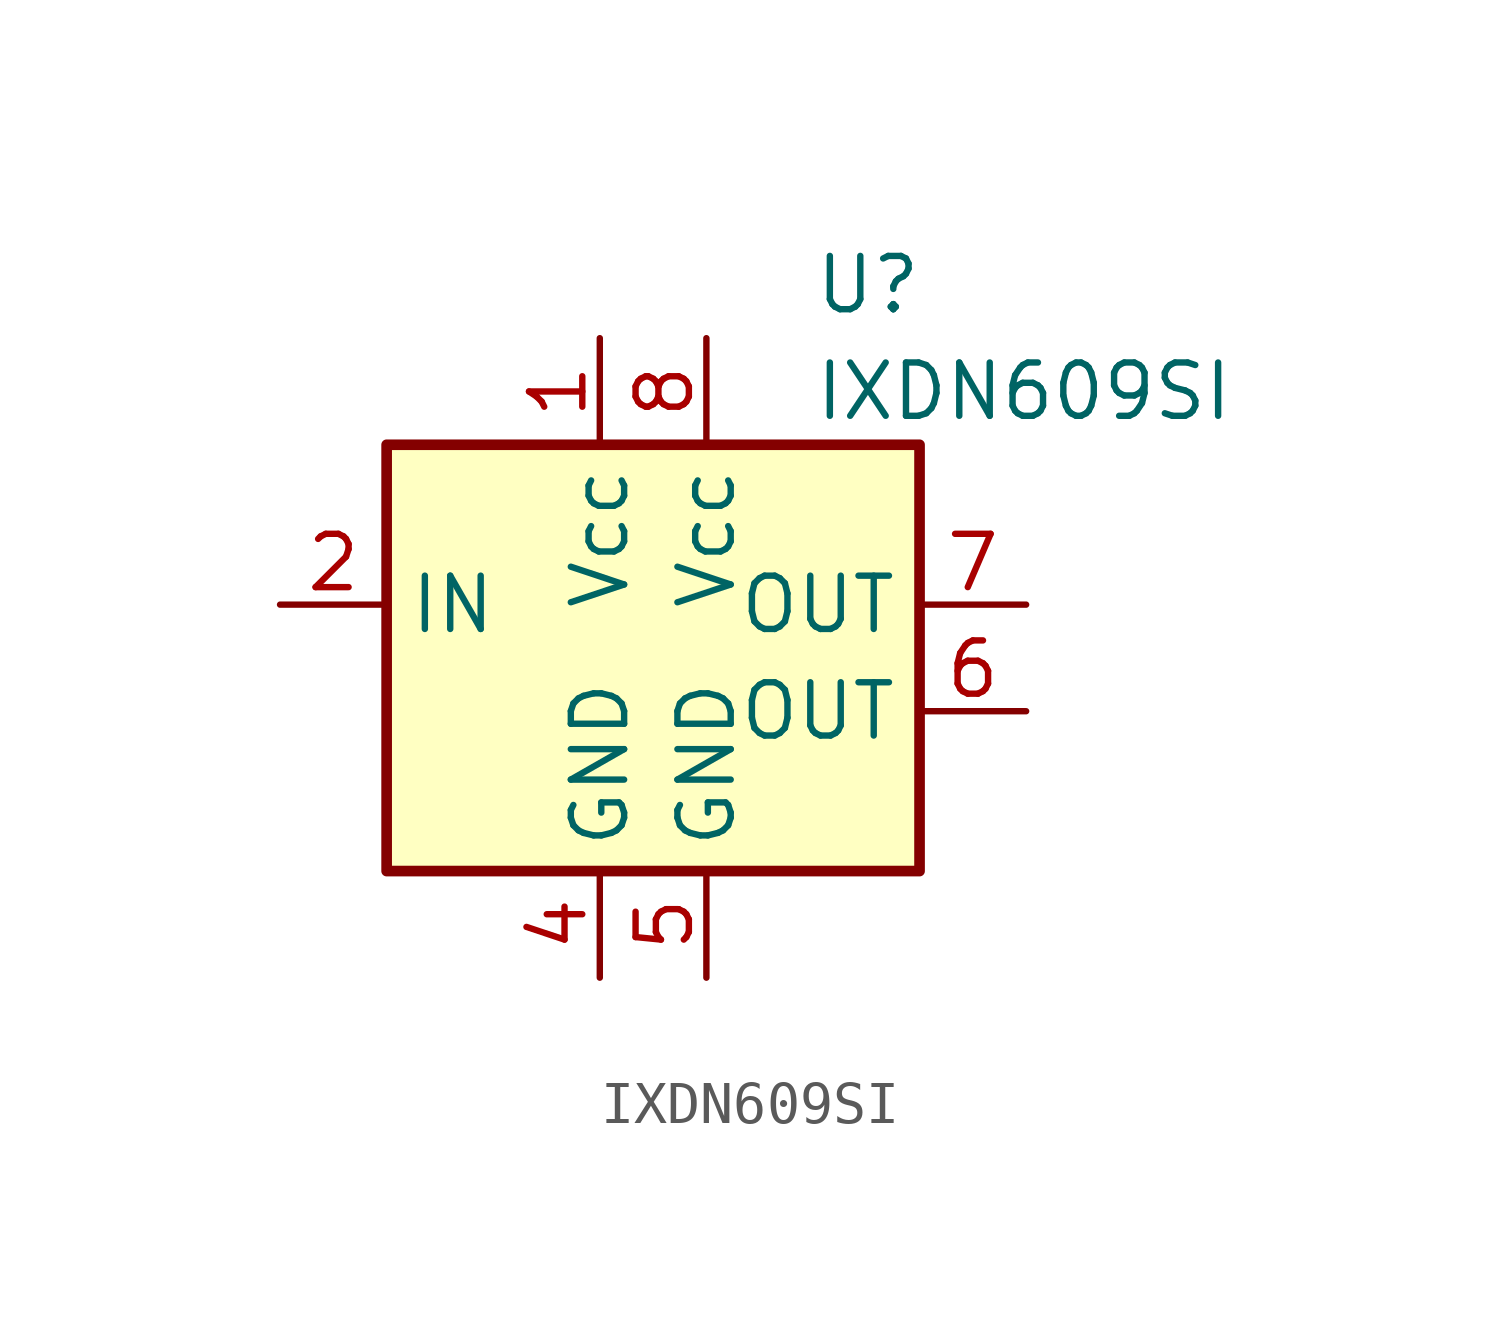
<source format=kicad_sym>
(kicad_symbol_lib
  (version 20231120)
  (generator "kicad_symbol_editor")
  (generator_version "8.0")
  (symbol "IXDN609SI"
    (property "Reference" "U"
      (at 5.08 8.89 0)
      (effects (font (size 1.27 1.27)) (justify left)))
    (property "Value" "IXDN609SI"
      (at 5.08 6.35 0)
      (effects (font (size 1.27 1.27)) (justify left)))
    (symbol "IXDN609SI_0_1"
      (rectangle (start -5.08 5.08) (end 7.62 -5.08) (stroke (width 0.254) (type default)) (fill (type background))))
    (symbol "IXDN609SI_1_1"
      (pin power_in line (at 0 7.62 270) (length 2.54) (name "Vcc" (effects (font (size 1.27 1.27)))) (number "1" (effects (font (size 1.27 1.27)))))
      (pin input line (at -7.62 1.27 0) (length 2.54) (name "IN" (effects (font (size 1.27 1.27)))) (number "2" (effects (font (size 1.27 1.27)))))
      (pin no_connect line (at -7.62 -1.27 0) (length 2.54) hide (name "NC" (effects (font (size 1.27 1.27)))) (number "3" (effects (font (size 1.27 1.27)))))
      (pin power_in line (at 0 -7.62 90) (length 2.54) (name "GND" (effects (font (size 1.27 1.27)))) (number "4" (effects (font (size 1.27 1.27)))))
      (pin power_in line (at 2.54 -7.62 90) (length 2.54) (name "GND" (effects (font (size 1.27 1.27)))) (number "5" (effects (font (size 1.27 1.27)))))
      (pin output line (at 10.16 -1.27 180) (length 2.54) (name "OUT" (effects (font (size 1.27 1.27)))) (number "6" (effects (font (size 1.27 1.27)))))
      (pin output line (at 10.16 1.27 180) (length 2.54) (name "OUT" (effects (font (size 1.27 1.27)))) (number "7" (effects (font (size 1.27 1.27)))))
      (pin power_in line (at 2.54 7.62 270) (length 2.54) (name "Vcc" (effects (font (size 1.27 1.27)))) (number "8" (effects (font (size 1.27 1.27))))))))
</source>
